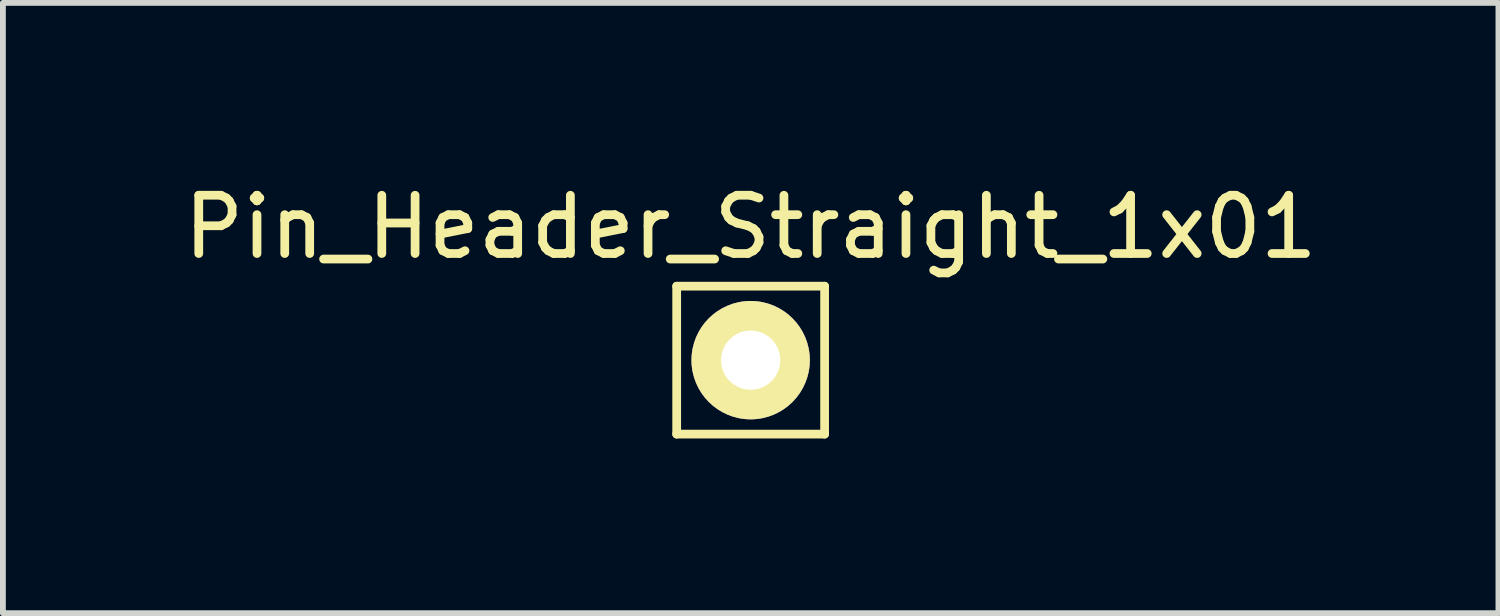
<source format=kicad_pcb>
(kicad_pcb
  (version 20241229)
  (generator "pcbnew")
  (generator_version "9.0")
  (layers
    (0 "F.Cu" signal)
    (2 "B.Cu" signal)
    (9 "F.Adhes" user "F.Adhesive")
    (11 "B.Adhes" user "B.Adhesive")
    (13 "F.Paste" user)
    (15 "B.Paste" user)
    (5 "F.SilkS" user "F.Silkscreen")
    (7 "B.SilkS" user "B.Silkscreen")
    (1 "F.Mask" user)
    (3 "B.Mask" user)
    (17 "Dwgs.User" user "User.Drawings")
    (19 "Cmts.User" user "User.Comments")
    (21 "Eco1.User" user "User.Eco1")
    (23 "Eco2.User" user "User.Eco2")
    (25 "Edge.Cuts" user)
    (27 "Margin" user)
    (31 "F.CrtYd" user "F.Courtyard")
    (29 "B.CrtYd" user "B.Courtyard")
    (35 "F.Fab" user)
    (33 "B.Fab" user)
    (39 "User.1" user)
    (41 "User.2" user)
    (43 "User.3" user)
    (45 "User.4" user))
  (footprint "Pin_Header_Straight_1x01"
    (layer "F.Cu")
    (at 9.839 3.134)
    (property "Reference" "Pin_Header_Straight_1x01" (at 0 -2.286 0) (layer "F.SilkS") (effects (font (size 1 1) (thickness 0.15))))
    (attr through_hole)
    (fp_line (start -1.27 -1.27) (end -1.27 1.27) (stroke (width 0.15) (type solid)) (layer "F.SilkS"))
    (fp_line (start -1.27 1.27) (end 1.27 1.27) (stroke (width 0.15) (type solid)) (layer "F.SilkS"))
    (fp_line (start 1.27 -1.27) (end -1.27 -1.27) (stroke (width 0.15) (type solid)) (layer "F.SilkS"))
    (fp_line (start 1.27 1.27) (end 1.27 -1.27) (stroke (width 0.15) (type solid)) (layer "F.SilkS"))
    (pad "1" thru_hole circle (at 0 0) (size 2.032 2.032) (drill 1.016) (layers "*.Cu" "*.Mask" "F.SilkS")))
  (gr_rect
    (start -3 -3)
    (end 22.679 7.479)
    (stroke (width 0.1) (type default))
    (fill no)
    (layer "Edge.Cuts")))
</source>
